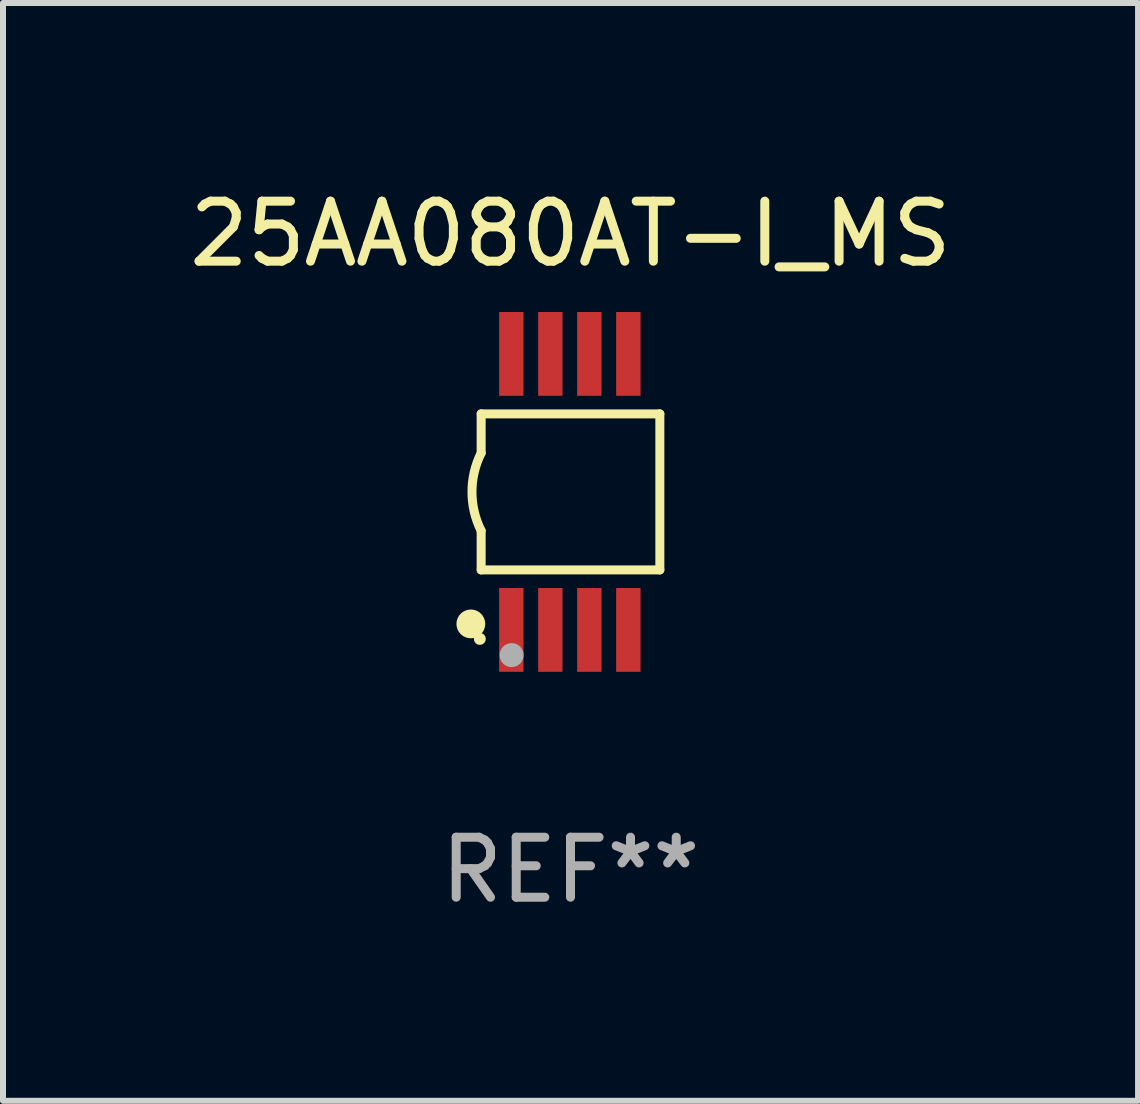
<source format=kicad_pcb>
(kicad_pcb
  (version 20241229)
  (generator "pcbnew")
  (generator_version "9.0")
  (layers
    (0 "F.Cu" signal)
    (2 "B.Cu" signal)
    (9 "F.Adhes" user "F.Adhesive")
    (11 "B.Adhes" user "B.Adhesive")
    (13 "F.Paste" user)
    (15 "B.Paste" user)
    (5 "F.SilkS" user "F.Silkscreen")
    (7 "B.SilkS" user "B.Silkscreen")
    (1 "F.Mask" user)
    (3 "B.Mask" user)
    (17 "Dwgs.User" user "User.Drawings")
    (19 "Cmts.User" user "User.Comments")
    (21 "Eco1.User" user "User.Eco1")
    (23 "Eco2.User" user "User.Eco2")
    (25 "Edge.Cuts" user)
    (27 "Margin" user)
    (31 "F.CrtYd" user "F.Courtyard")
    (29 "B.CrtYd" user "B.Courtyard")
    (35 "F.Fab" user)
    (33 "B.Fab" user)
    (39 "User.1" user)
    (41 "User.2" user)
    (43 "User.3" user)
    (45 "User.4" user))
  (footprint "25AA080AT-I_MS"
    (layer "F.Cu")
    (at 6.458 5.148)
    (property "Reference" "25AA080AT-I_MS" (at 0 -4.3 0) (layer "F.SilkS") (effects (font (size 1 1) (thickness 0.15))))
    (attr through_hole)
    (fp_line (start -1.489 -1.3) (end -1.489 -0.648) (stroke (width 0.15) (type solid)) (layer "F.SilkS"))
    (fp_line (start -1.489 0.648) (end -1.489 1.3) (stroke (width 0.15) (type solid)) (layer "F.SilkS"))
    (fp_line (start -1.489 1.3) (end 1.489 1.3) (stroke (width 0.15) (type solid)) (layer "F.SilkS"))
    (fp_line (start 1.489 -1.3) (end -1.489 -1.3) (stroke (width 0.15) (type solid)) (layer "F.SilkS"))
    (fp_line (start 1.489 1.3) (end 1.489 -1.3) (stroke (width 0.15) (type solid)) (layer "F.SilkS"))
    (fp_arc (start -1.489205 0.647702) (mid -1.642107 0) (end -1.489205 -0.647701) (stroke (width 0.150013) (type solid)) (layer "F.SilkS"))
    (fp_circle (center -1.661 2.2) (end -1.541 2.2) (stroke (width 0.24) (type solid)) (fill no) (layer "F.SilkS"))
    (fp_circle (center -1.511 2.45) (end -1.461 2.45) (stroke (width 0.1) (type solid)) (fill no) (layer "F.SilkS"))
    (fp_circle (center -0.981 2.72) (end -0.881 2.72) (stroke (width 0.2) (type solid)) (fill no) (layer "F.Fab"))
    (fp_text user "REF**" (at 0 6.3 0) (layer "F.Fab") (effects (font (size 1 1) (thickness 0.15))))
    (pad "1" smd rect (at -0.986 2.3) (size 0.406 1.397) (layers "F.Cu" "F.Mask" "F.Paste"))
    (pad "2" smd rect (at -0.336 2.3) (size 0.406 1.397) (layers "F.Cu" "F.Mask" "F.Paste"))
    (pad "3" smd rect (at 0.314 2.3) (size 0.406 1.397) (layers "F.Cu" "F.Mask" "F.Paste"))
    (pad "4" smd rect (at 0.964 2.3) (size 0.406 1.397) (layers "F.Cu" "F.Mask" "F.Paste"))
    (pad "5" smd rect (at 0.964 -2.3) (size 0.406 1.397) (layers "F.Cu" "F.Mask" "F.Paste"))
    (pad "6" smd rect (at 0.314 -2.3) (size 0.406 1.397) (layers "F.Cu" "F.Mask" "F.Paste"))
    (pad "7" smd rect (at -0.336 -2.3) (size 0.406 1.397) (layers "F.Cu" "F.Mask" "F.Paste"))
    (pad "8" smd rect (at -0.986 -2.3) (size 0.406 1.397) (layers "F.Cu" "F.Mask" "F.Paste")))
  (gr_rect
    (start -3 -3)
    (end 15.917 15.296)
    (stroke (width 0.1) (type default))
    (fill no)
    (layer "Edge.Cuts")))
</source>
